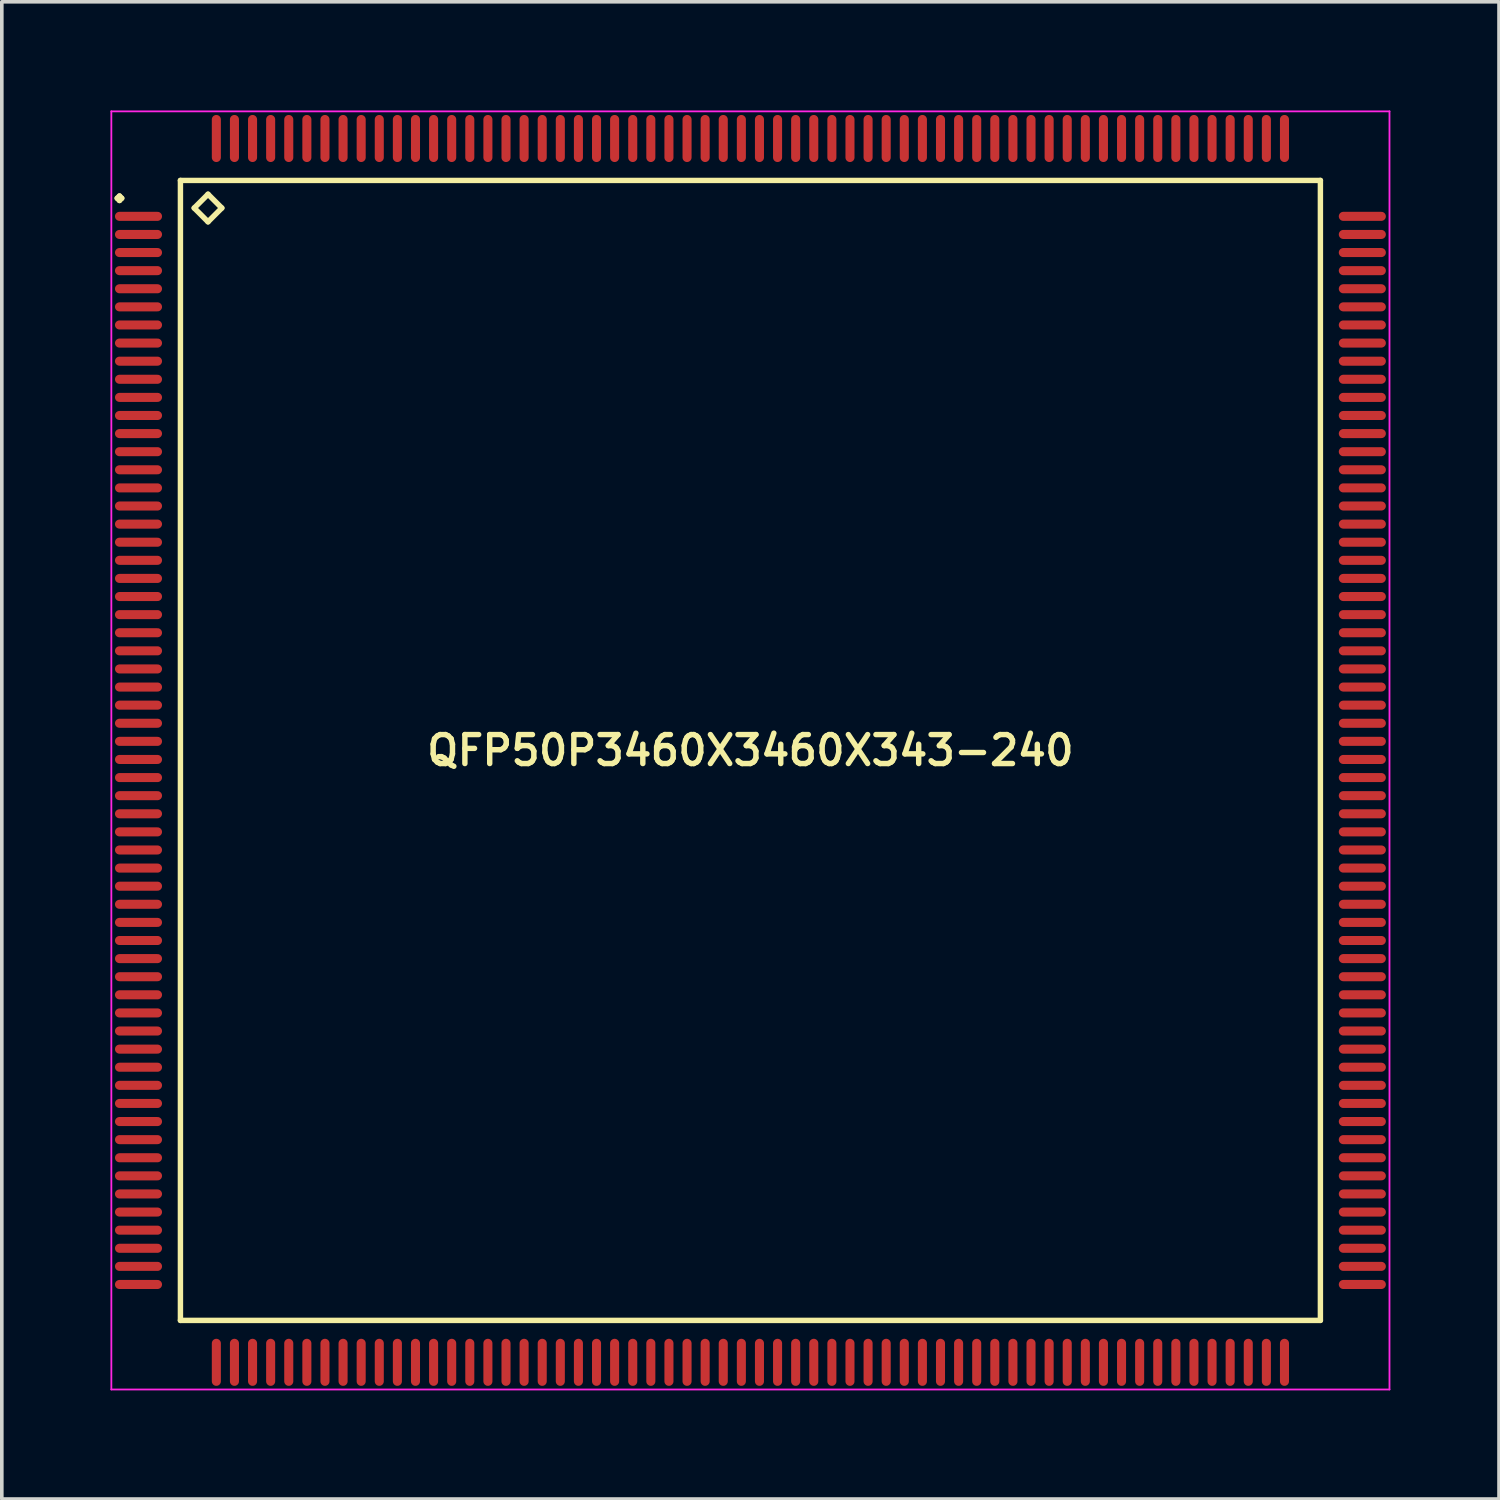
<source format=kicad_pcb>
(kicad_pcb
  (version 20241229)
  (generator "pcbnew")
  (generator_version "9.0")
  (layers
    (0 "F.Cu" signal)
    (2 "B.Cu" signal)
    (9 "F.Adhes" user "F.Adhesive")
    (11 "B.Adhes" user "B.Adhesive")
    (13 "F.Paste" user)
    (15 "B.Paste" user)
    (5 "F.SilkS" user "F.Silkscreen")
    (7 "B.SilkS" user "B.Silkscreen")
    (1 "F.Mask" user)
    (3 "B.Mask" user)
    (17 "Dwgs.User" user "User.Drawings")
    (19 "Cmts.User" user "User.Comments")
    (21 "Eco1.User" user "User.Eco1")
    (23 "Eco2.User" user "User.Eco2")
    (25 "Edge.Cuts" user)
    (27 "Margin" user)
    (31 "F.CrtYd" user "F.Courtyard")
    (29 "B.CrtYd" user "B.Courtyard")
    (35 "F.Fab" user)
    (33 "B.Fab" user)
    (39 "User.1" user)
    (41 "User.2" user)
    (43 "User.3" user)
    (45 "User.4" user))
  (footprint "QFP50P3460X3460X343-240"
    (layer "F.Cu")
    (at 17.675 17.675)
    (property "Reference" "QFP50P3460X3460X343-240" (at 0 0 0) (layer "F.SilkS") (effects (font (size 0.8 0.8) (thickness 0.15))))
    (attr smd)
    (fp_line (start -17.488 -15.25) (end -17.425 -15.312) (stroke (width 0.15) (type solid)) (layer "F.SilkS"))
    (fp_line (start -17.425 -15.312) (end -17.363 -15.25) (stroke (width 0.15) (type solid)) (layer "F.SilkS"))
    (fp_line (start -17.425 -15.188) (end -17.488 -15.25) (stroke (width 0.15) (type solid)) (layer "F.SilkS"))
    (fp_line (start -17.363 -15.25) (end -17.425 -15.188) (stroke (width 0.15) (type solid)) (layer "F.SilkS"))
    (fp_line (start -15.742 -15.742) (end -15.742 15.742) (stroke (width 0.15) (type solid)) (layer "F.SilkS"))
    (fp_line (start -15.742 15.742) (end 15.742 15.742) (stroke (width 0.15) (type solid)) (layer "F.SilkS"))
    (fp_line (start -15.361 -14.98) (end -14.98 -15.361) (stroke (width 0.15) (type solid)) (layer "F.SilkS"))
    (fp_line (start -14.98 -15.361) (end -14.599 -14.98) (stroke (width 0.15) (type solid)) (layer "F.SilkS"))
    (fp_line (start -14.98 -14.599) (end -15.361 -14.98) (stroke (width 0.15) (type solid)) (layer "F.SilkS"))
    (fp_line (start -14.599 -14.98) (end -14.98 -14.599) (stroke (width 0.15) (type solid)) (layer "F.SilkS"))
    (fp_line (start 15.742 -15.742) (end -15.742 -15.742) (stroke (width 0.15) (type solid)) (layer "F.SilkS"))
    (fp_line (start 15.742 15.742) (end 15.742 -15.742) (stroke (width 0.15) (type solid)) (layer "F.SilkS"))
    (fp_line (start -17.65 -17.65) (end 17.65 -17.65) (stroke (width 0.05) (type solid)) (layer "F.CrtYd"))
    (fp_line (start -17.65 17.65) (end -17.65 -17.65) (stroke (width 0.05) (type solid)) (layer "F.CrtYd"))
    (fp_line (start 17.65 -17.65) (end 17.65 17.65) (stroke (width 0.05) (type solid)) (layer "F.CrtYd"))
    (fp_line (start 17.65 17.65) (end -17.65 17.65) (stroke (width 0.05) (type solid)) (layer "F.CrtYd"))
    (pad "1" smd oval (at -16.9 -14.75) (size 1.3 0.25) (layers "F.Cu" "F.Mask" "F.Paste"))
    (pad "2" smd oval (at -16.9 -14.25) (size 1.3 0.25) (layers "F.Cu" "F.Mask" "F.Paste"))
    (pad "3" smd oval (at -16.9 -13.75) (size 1.3 0.25) (layers "F.Cu" "F.Mask" "F.Paste"))
    (pad "4" smd oval (at -16.9 -13.25) (size 1.3 0.25) (layers "F.Cu" "F.Mask" "F.Paste"))
    (pad "5" smd oval (at -16.9 -12.75) (size 1.3 0.25) (layers "F.Cu" "F.Mask" "F.Paste"))
    (pad "6" smd oval (at -16.9 -12.25) (size 1.3 0.25) (layers "F.Cu" "F.Mask" "F.Paste"))
    (pad "7" smd oval (at -16.9 -11.75) (size 1.3 0.25) (layers "F.Cu" "F.Mask" "F.Paste"))
    (pad "8" smd oval (at -16.9 -11.25) (size 1.3 0.25) (layers "F.Cu" "F.Mask" "F.Paste"))
    (pad "9" smd oval (at -16.9 -10.75) (size 1.3 0.25) (layers "F.Cu" "F.Mask" "F.Paste"))
    (pad "10" smd oval (at -16.9 -10.25) (size 1.3 0.25) (layers "F.Cu" "F.Mask" "F.Paste"))
    (pad "11" smd oval (at -16.9 -9.75) (size 1.3 0.25) (layers "F.Cu" "F.Mask" "F.Paste"))
    (pad "12" smd oval (at -16.9 -9.25) (size 1.3 0.25) (layers "F.Cu" "F.Mask" "F.Paste"))
    (pad "13" smd oval (at -16.9 -8.75) (size 1.3 0.25) (layers "F.Cu" "F.Mask" "F.Paste"))
    (pad "14" smd oval (at -16.9 -8.25) (size 1.3 0.25) (layers "F.Cu" "F.Mask" "F.Paste"))
    (pad "15" smd oval (at -16.9 -7.75) (size 1.3 0.25) (layers "F.Cu" "F.Mask" "F.Paste"))
    (pad "16" smd oval (at -16.9 -7.25) (size 1.3 0.25) (layers "F.Cu" "F.Mask" "F.Paste"))
    (pad "17" smd oval (at -16.9 -6.75) (size 1.3 0.25) (layers "F.Cu" "F.Mask" "F.Paste"))
    (pad "18" smd oval (at -16.9 -6.25) (size 1.3 0.25) (layers "F.Cu" "F.Mask" "F.Paste"))
    (pad "19" smd oval (at -16.9 -5.75) (size 1.3 0.25) (layers "F.Cu" "F.Mask" "F.Paste"))
    (pad "20" smd oval (at -16.9 -5.25) (size 1.3 0.25) (layers "F.Cu" "F.Mask" "F.Paste"))
    (pad "21" smd oval (at -16.9 -4.75) (size 1.3 0.25) (layers "F.Cu" "F.Mask" "F.Paste"))
    (pad "22" smd oval (at -16.9 -4.25) (size 1.3 0.25) (layers "F.Cu" "F.Mask" "F.Paste"))
    (pad "23" smd oval (at -16.9 -3.75) (size 1.3 0.25) (layers "F.Cu" "F.Mask" "F.Paste"))
    (pad "24" smd oval (at -16.9 -3.25) (size 1.3 0.25) (layers "F.Cu" "F.Mask" "F.Paste"))
    (pad "25" smd oval (at -16.9 -2.75) (size 1.3 0.25) (layers "F.Cu" "F.Mask" "F.Paste"))
    (pad "26" smd oval (at -16.9 -2.25) (size 1.3 0.25) (layers "F.Cu" "F.Mask" "F.Paste"))
    (pad "27" smd oval (at -16.9 -1.75) (size 1.3 0.25) (layers "F.Cu" "F.Mask" "F.Paste"))
    (pad "28" smd oval (at -16.9 -1.25) (size 1.3 0.25) (layers "F.Cu" "F.Mask" "F.Paste"))
    (pad "29" smd oval (at -16.9 -0.75) (size 1.3 0.25) (layers "F.Cu" "F.Mask" "F.Paste"))
    (pad "30" smd oval (at -16.9 -0.25) (size 1.3 0.25) (layers "F.Cu" "F.Mask" "F.Paste"))
    (pad "31" smd oval (at -16.9 0.25) (size 1.3 0.25) (layers "F.Cu" "F.Mask" "F.Paste"))
    (pad "32" smd oval (at -16.9 0.75) (size 1.3 0.25) (layers "F.Cu" "F.Mask" "F.Paste"))
    (pad "33" smd oval (at -16.9 1.25) (size 1.3 0.25) (layers "F.Cu" "F.Mask" "F.Paste"))
    (pad "34" smd oval (at -16.9 1.75) (size 1.3 0.25) (layers "F.Cu" "F.Mask" "F.Paste"))
    (pad "35" smd oval (at -16.9 2.25) (size 1.3 0.25) (layers "F.Cu" "F.Mask" "F.Paste"))
    (pad "36" smd oval (at -16.9 2.75) (size 1.3 0.25) (layers "F.Cu" "F.Mask" "F.Paste"))
    (pad "37" smd oval (at -16.9 3.25) (size 1.3 0.25) (layers "F.Cu" "F.Mask" "F.Paste"))
    (pad "38" smd oval (at -16.9 3.75) (size 1.3 0.25) (layers "F.Cu" "F.Mask" "F.Paste"))
    (pad "39" smd oval (at -16.9 4.25) (size 1.3 0.25) (layers "F.Cu" "F.Mask" "F.Paste"))
    (pad "40" smd oval (at -16.9 4.75) (size 1.3 0.25) (layers "F.Cu" "F.Mask" "F.Paste"))
    (pad "41" smd oval (at -16.9 5.25) (size 1.3 0.25) (layers "F.Cu" "F.Mask" "F.Paste"))
    (pad "42" smd oval (at -16.9 5.75) (size 1.3 0.25) (layers "F.Cu" "F.Mask" "F.Paste"))
    (pad "43" smd oval (at -16.9 6.25) (size 1.3 0.25) (layers "F.Cu" "F.Mask" "F.Paste"))
    (pad "44" smd oval (at -16.9 6.75) (size 1.3 0.25) (layers "F.Cu" "F.Mask" "F.Paste"))
    (pad "45" smd oval (at -16.9 7.25) (size 1.3 0.25) (layers "F.Cu" "F.Mask" "F.Paste"))
    (pad "46" smd oval (at -16.9 7.75) (size 1.3 0.25) (layers "F.Cu" "F.Mask" "F.Paste"))
    (pad "47" smd oval (at -16.9 8.25) (size 1.3 0.25) (layers "F.Cu" "F.Mask" "F.Paste"))
    (pad "48" smd oval (at -16.9 8.75) (size 1.3 0.25) (layers "F.Cu" "F.Mask" "F.Paste"))
    (pad "49" smd oval (at -16.9 9.25) (size 1.3 0.25) (layers "F.Cu" "F.Mask" "F.Paste"))
    (pad "50" smd oval (at -16.9 9.75) (size 1.3 0.25) (layers "F.Cu" "F.Mask" "F.Paste"))
    (pad "51" smd oval (at -16.9 10.25) (size 1.3 0.25) (layers "F.Cu" "F.Mask" "F.Paste"))
    (pad "52" smd oval (at -16.9 10.75) (size 1.3 0.25) (layers "F.Cu" "F.Mask" "F.Paste"))
    (pad "53" smd oval (at -16.9 11.25) (size 1.3 0.25) (layers "F.Cu" "F.Mask" "F.Paste"))
    (pad "54" smd oval (at -16.9 11.75) (size 1.3 0.25) (layers "F.Cu" "F.Mask" "F.Paste"))
    (pad "55" smd oval (at -16.9 12.25) (size 1.3 0.25) (layers "F.Cu" "F.Mask" "F.Paste"))
    (pad "56" smd oval (at -16.9 12.75) (size 1.3 0.25) (layers "F.Cu" "F.Mask" "F.Paste"))
    (pad "57" smd oval (at -16.9 13.25) (size 1.3 0.25) (layers "F.Cu" "F.Mask" "F.Paste"))
    (pad "58" smd oval (at -16.9 13.75) (size 1.3 0.25) (layers "F.Cu" "F.Mask" "F.Paste"))
    (pad "59" smd oval (at -16.9 14.25) (size 1.3 0.25) (layers "F.Cu" "F.Mask" "F.Paste"))
    (pad "60" smd oval (at -16.9 14.75) (size 1.3 0.25) (layers "F.Cu" "F.Mask" "F.Paste"))
    (pad "61" smd oval (at -14.75 16.9) (size 0.25 1.3) (layers "F.Cu" "F.Mask" "F.Paste"))
    (pad "62" smd oval (at -14.25 16.9) (size 0.25 1.3) (layers "F.Cu" "F.Mask" "F.Paste"))
    (pad "63" smd oval (at -13.75 16.9) (size 0.25 1.3) (layers "F.Cu" "F.Mask" "F.Paste"))
    (pad "64" smd oval (at -13.25 16.9) (size 0.25 1.3) (layers "F.Cu" "F.Mask" "F.Paste"))
    (pad "65" smd oval (at -12.75 16.9) (size 0.25 1.3) (layers "F.Cu" "F.Mask" "F.Paste"))
    (pad "66" smd oval (at -12.25 16.9) (size 0.25 1.3) (layers "F.Cu" "F.Mask" "F.Paste"))
    (pad "67" smd oval (at -11.75 16.9) (size 0.25 1.3) (layers "F.Cu" "F.Mask" "F.Paste"))
    (pad "68" smd oval (at -11.25 16.9) (size 0.25 1.3) (layers "F.Cu" "F.Mask" "F.Paste"))
    (pad "69" smd oval (at -10.75 16.9) (size 0.25 1.3) (layers "F.Cu" "F.Mask" "F.Paste"))
    (pad "70" smd oval (at -10.25 16.9) (size 0.25 1.3) (layers "F.Cu" "F.Mask" "F.Paste"))
    (pad "71" smd oval (at -9.75 16.9) (size 0.25 1.3) (layers "F.Cu" "F.Mask" "F.Paste"))
    (pad "72" smd oval (at -9.25 16.9) (size 0.25 1.3) (layers "F.Cu" "F.Mask" "F.Paste"))
    (pad "73" smd oval (at -8.75 16.9) (size 0.25 1.3) (layers "F.Cu" "F.Mask" "F.Paste"))
    (pad "74" smd oval (at -8.25 16.9) (size 0.25 1.3) (layers "F.Cu" "F.Mask" "F.Paste"))
    (pad "75" smd oval (at -7.75 16.9) (size 0.25 1.3) (layers "F.Cu" "F.Mask" "F.Paste"))
    (pad "76" smd oval (at -7.25 16.9) (size 0.25 1.3) (layers "F.Cu" "F.Mask" "F.Paste"))
    (pad "77" smd oval (at -6.75 16.9) (size 0.25 1.3) (layers "F.Cu" "F.Mask" "F.Paste"))
    (pad "78" smd oval (at -6.25 16.9) (size 0.25 1.3) (layers "F.Cu" "F.Mask" "F.Paste"))
    (pad "79" smd oval (at -5.75 16.9) (size 0.25 1.3) (layers "F.Cu" "F.Mask" "F.Paste"))
    (pad "80" smd oval (at -5.25 16.9) (size 0.25 1.3) (layers "F.Cu" "F.Mask" "F.Paste"))
    (pad "81" smd oval (at -4.75 16.9) (size 0.25 1.3) (layers "F.Cu" "F.Mask" "F.Paste"))
    (pad "82" smd oval (at -4.25 16.9) (size 0.25 1.3) (layers "F.Cu" "F.Mask" "F.Paste"))
    (pad "83" smd oval (at -3.75 16.9) (size 0.25 1.3) (layers "F.Cu" "F.Mask" "F.Paste"))
    (pad "84" smd oval (at -3.25 16.9) (size 0.25 1.3) (layers "F.Cu" "F.Mask" "F.Paste"))
    (pad "85" smd oval (at -2.75 16.9) (size 0.25 1.3) (layers "F.Cu" "F.Mask" "F.Paste"))
    (pad "86" smd oval (at -2.25 16.9) (size 0.25 1.3) (layers "F.Cu" "F.Mask" "F.Paste"))
    (pad "87" smd oval (at -1.75 16.9) (size 0.25 1.3) (layers "F.Cu" "F.Mask" "F.Paste"))
    (pad "88" smd oval (at -1.25 16.9) (size 0.25 1.3) (layers "F.Cu" "F.Mask" "F.Paste"))
    (pad "89" smd oval (at -0.75 16.9) (size 0.25 1.3) (layers "F.Cu" "F.Mask" "F.Paste"))
    (pad "90" smd oval (at -0.25 16.9) (size 0.25 1.3) (layers "F.Cu" "F.Mask" "F.Paste"))
    (pad "91" smd oval (at 0.25 16.9) (size 0.25 1.3) (layers "F.Cu" "F.Mask" "F.Paste"))
    (pad "92" smd oval (at 0.75 16.9) (size 0.25 1.3) (layers "F.Cu" "F.Mask" "F.Paste"))
    (pad "93" smd oval (at 1.25 16.9) (size 0.25 1.3) (layers "F.Cu" "F.Mask" "F.Paste"))
    (pad "94" smd oval (at 1.75 16.9) (size 0.25 1.3) (layers "F.Cu" "F.Mask" "F.Paste"))
    (pad "95" smd oval (at 2.25 16.9) (size 0.25 1.3) (layers "F.Cu" "F.Mask" "F.Paste"))
    (pad "96" smd oval (at 2.75 16.9) (size 0.25 1.3) (layers "F.Cu" "F.Mask" "F.Paste"))
    (pad "97" smd oval (at 3.25 16.9) (size 0.25 1.3) (layers "F.Cu" "F.Mask" "F.Paste"))
    (pad "98" smd oval (at 3.75 16.9) (size 0.25 1.3) (layers "F.Cu" "F.Mask" "F.Paste"))
    (pad "99" smd oval (at 4.25 16.9) (size 0.25 1.3) (layers "F.Cu" "F.Mask" "F.Paste"))
    (pad "100" smd oval (at 4.75 16.9) (size 0.25 1.3) (layers "F.Cu" "F.Mask" "F.Paste"))
    (pad "101" smd oval (at 5.25 16.9) (size 0.25 1.3) (layers "F.Cu" "F.Mask" "F.Paste"))
    (pad "102" smd oval (at 5.75 16.9) (size 0.25 1.3) (layers "F.Cu" "F.Mask" "F.Paste"))
    (pad "103" smd oval (at 6.25 16.9) (size 0.25 1.3) (layers "F.Cu" "F.Mask" "F.Paste"))
    (pad "104" smd oval (at 6.75 16.9) (size 0.25 1.3) (layers "F.Cu" "F.Mask" "F.Paste"))
    (pad "105" smd oval (at 7.25 16.9) (size 0.25 1.3) (layers "F.Cu" "F.Mask" "F.Paste"))
    (pad "106" smd oval (at 7.75 16.9) (size 0.25 1.3) (layers "F.Cu" "F.Mask" "F.Paste"))
    (pad "107" smd oval (at 8.25 16.9) (size 0.25 1.3) (layers "F.Cu" "F.Mask" "F.Paste"))
    (pad "108" smd oval (at 8.75 16.9) (size 0.25 1.3) (layers "F.Cu" "F.Mask" "F.Paste"))
    (pad "109" smd oval (at 9.25 16.9) (size 0.25 1.3) (layers "F.Cu" "F.Mask" "F.Paste"))
    (pad "110" smd oval (at 9.75 16.9) (size 0.25 1.3) (layers "F.Cu" "F.Mask" "F.Paste"))
    (pad "111" smd oval (at 10.25 16.9) (size 0.25 1.3) (layers "F.Cu" "F.Mask" "F.Paste"))
    (pad "112" smd oval (at 10.75 16.9) (size 0.25 1.3) (layers "F.Cu" "F.Mask" "F.Paste"))
    (pad "113" smd oval (at 11.25 16.9) (size 0.25 1.3) (layers "F.Cu" "F.Mask" "F.Paste"))
    (pad "114" smd oval (at 11.75 16.9) (size 0.25 1.3) (layers "F.Cu" "F.Mask" "F.Paste"))
    (pad "115" smd oval (at 12.25 16.9) (size 0.25 1.3) (layers "F.Cu" "F.Mask" "F.Paste"))
    (pad "116" smd oval (at 12.75 16.9) (size 0.25 1.3) (layers "F.Cu" "F.Mask" "F.Paste"))
    (pad "117" smd oval (at 13.25 16.9) (size 0.25 1.3) (layers "F.Cu" "F.Mask" "F.Paste"))
    (pad "118" smd oval (at 13.75 16.9) (size 0.25 1.3) (layers "F.Cu" "F.Mask" "F.Paste"))
    (pad "119" smd oval (at 14.25 16.9) (size 0.25 1.3) (layers "F.Cu" "F.Mask" "F.Paste"))
    (pad "120" smd oval (at 14.75 16.9) (size 0.25 1.3) (layers "F.Cu" "F.Mask" "F.Paste"))
    (pad "121" smd oval (at 16.9 14.75) (size 1.3 0.25) (layers "F.Cu" "F.Mask" "F.Paste"))
    (pad "122" smd oval (at 16.9 14.25) (size 1.3 0.25) (layers "F.Cu" "F.Mask" "F.Paste"))
    (pad "123" smd oval (at 16.9 13.75) (size 1.3 0.25) (layers "F.Cu" "F.Mask" "F.Paste"))
    (pad "124" smd oval (at 16.9 13.25) (size 1.3 0.25) (layers "F.Cu" "F.Mask" "F.Paste"))
    (pad "125" smd oval (at 16.9 12.75) (size 1.3 0.25) (layers "F.Cu" "F.Mask" "F.Paste"))
    (pad "126" smd oval (at 16.9 12.25) (size 1.3 0.25) (layers "F.Cu" "F.Mask" "F.Paste"))
    (pad "127" smd oval (at 16.9 11.75) (size 1.3 0.25) (layers "F.Cu" "F.Mask" "F.Paste"))
    (pad "128" smd oval (at 16.9 11.25) (size 1.3 0.25) (layers "F.Cu" "F.Mask" "F.Paste"))
    (pad "129" smd oval (at 16.9 10.75) (size 1.3 0.25) (layers "F.Cu" "F.Mask" "F.Paste"))
    (pad "130" smd oval (at 16.9 10.25) (size 1.3 0.25) (layers "F.Cu" "F.Mask" "F.Paste"))
    (pad "131" smd oval (at 16.9 9.75) (size 1.3 0.25) (layers "F.Cu" "F.Mask" "F.Paste"))
    (pad "132" smd oval (at 16.9 9.25) (size 1.3 0.25) (layers "F.Cu" "F.Mask" "F.Paste"))
    (pad "133" smd oval (at 16.9 8.75) (size 1.3 0.25) (layers "F.Cu" "F.Mask" "F.Paste"))
    (pad "134" smd oval (at 16.9 8.25) (size 1.3 0.25) (layers "F.Cu" "F.Mask" "F.Paste"))
    (pad "135" smd oval (at 16.9 7.75) (size 1.3 0.25) (layers "F.Cu" "F.Mask" "F.Paste"))
    (pad "136" smd oval (at 16.9 7.25) (size 1.3 0.25) (layers "F.Cu" "F.Mask" "F.Paste"))
    (pad "137" smd oval (at 16.9 6.75) (size 1.3 0.25) (layers "F.Cu" "F.Mask" "F.Paste"))
    (pad "138" smd oval (at 16.9 6.25) (size 1.3 0.25) (layers "F.Cu" "F.Mask" "F.Paste"))
    (pad "139" smd oval (at 16.9 5.75) (size 1.3 0.25) (layers "F.Cu" "F.Mask" "F.Paste"))
    (pad "140" smd oval (at 16.9 5.25) (size 1.3 0.25) (layers "F.Cu" "F.Mask" "F.Paste"))
    (pad "141" smd oval (at 16.9 4.75) (size 1.3 0.25) (layers "F.Cu" "F.Mask" "F.Paste"))
    (pad "142" smd oval (at 16.9 4.25) (size 1.3 0.25) (layers "F.Cu" "F.Mask" "F.Paste"))
    (pad "143" smd oval (at 16.9 3.75) (size 1.3 0.25) (layers "F.Cu" "F.Mask" "F.Paste"))
    (pad "144" smd oval (at 16.9 3.25) (size 1.3 0.25) (layers "F.Cu" "F.Mask" "F.Paste"))
    (pad "145" smd oval (at 16.9 2.75) (size 1.3 0.25) (layers "F.Cu" "F.Mask" "F.Paste"))
    (pad "146" smd oval (at 16.9 2.25) (size 1.3 0.25) (layers "F.Cu" "F.Mask" "F.Paste"))
    (pad "147" smd oval (at 16.9 1.75) (size 1.3 0.25) (layers "F.Cu" "F.Mask" "F.Paste"))
    (pad "148" smd oval (at 16.9 1.25) (size 1.3 0.25) (layers "F.Cu" "F.Mask" "F.Paste"))
    (pad "149" smd oval (at 16.9 0.75) (size 1.3 0.25) (layers "F.Cu" "F.Mask" "F.Paste"))
    (pad "150" smd oval (at 16.9 0.25) (size 1.3 0.25) (layers "F.Cu" "F.Mask" "F.Paste"))
    (pad "151" smd oval (at 16.9 -0.25) (size 1.3 0.25) (layers "F.Cu" "F.Mask" "F.Paste"))
    (pad "152" smd oval (at 16.9 -0.75) (size 1.3 0.25) (layers "F.Cu" "F.Mask" "F.Paste"))
    (pad "153" smd oval (at 16.9 -1.25) (size 1.3 0.25) (layers "F.Cu" "F.Mask" "F.Paste"))
    (pad "154" smd oval (at 16.9 -1.75) (size 1.3 0.25) (layers "F.Cu" "F.Mask" "F.Paste"))
    (pad "155" smd oval (at 16.9 -2.25) (size 1.3 0.25) (layers "F.Cu" "F.Mask" "F.Paste"))
    (pad "156" smd oval (at 16.9 -2.75) (size 1.3 0.25) (layers "F.Cu" "F.Mask" "F.Paste"))
    (pad "157" smd oval (at 16.9 -3.25) (size 1.3 0.25) (layers "F.Cu" "F.Mask" "F.Paste"))
    (pad "158" smd oval (at 16.9 -3.75) (size 1.3 0.25) (layers "F.Cu" "F.Mask" "F.Paste"))
    (pad "159" smd oval (at 16.9 -4.25) (size 1.3 0.25) (layers "F.Cu" "F.Mask" "F.Paste"))
    (pad "160" smd oval (at 16.9 -4.75) (size 1.3 0.25) (layers "F.Cu" "F.Mask" "F.Paste"))
    (pad "161" smd oval (at 16.9 -5.25) (size 1.3 0.25) (layers "F.Cu" "F.Mask" "F.Paste"))
    (pad "162" smd oval (at 16.9 -5.75) (size 1.3 0.25) (layers "F.Cu" "F.Mask" "F.Paste"))
    (pad "163" smd oval (at 16.9 -6.25) (size 1.3 0.25) (layers "F.Cu" "F.Mask" "F.Paste"))
    (pad "164" smd oval (at 16.9 -6.75) (size 1.3 0.25) (layers "F.Cu" "F.Mask" "F.Paste"))
    (pad "165" smd oval (at 16.9 -7.25) (size 1.3 0.25) (layers "F.Cu" "F.Mask" "F.Paste"))
    (pad "166" smd oval (at 16.9 -7.75) (size 1.3 0.25) (layers "F.Cu" "F.Mask" "F.Paste"))
    (pad "167" smd oval (at 16.9 -8.25) (size 1.3 0.25) (layers "F.Cu" "F.Mask" "F.Paste"))
    (pad "168" smd oval (at 16.9 -8.75) (size 1.3 0.25) (layers "F.Cu" "F.Mask" "F.Paste"))
    (pad "169" smd oval (at 16.9 -9.25) (size 1.3 0.25) (layers "F.Cu" "F.Mask" "F.Paste"))
    (pad "170" smd oval (at 16.9 -9.75) (size 1.3 0.25) (layers "F.Cu" "F.Mask" "F.Paste"))
    (pad "171" smd oval (at 16.9 -10.25) (size 1.3 0.25) (layers "F.Cu" "F.Mask" "F.Paste"))
    (pad "172" smd oval (at 16.9 -10.75) (size 1.3 0.25) (layers "F.Cu" "F.Mask" "F.Paste"))
    (pad "173" smd oval (at 16.9 -11.25) (size 1.3 0.25) (layers "F.Cu" "F.Mask" "F.Paste"))
    (pad "174" smd oval (at 16.9 -11.75) (size 1.3 0.25) (layers "F.Cu" "F.Mask" "F.Paste"))
    (pad "175" smd oval (at 16.9 -12.25) (size 1.3 0.25) (layers "F.Cu" "F.Mask" "F.Paste"))
    (pad "176" smd oval (at 16.9 -12.75) (size 1.3 0.25) (layers "F.Cu" "F.Mask" "F.Paste"))
    (pad "177" smd oval (at 16.9 -13.25) (size 1.3 0.25) (layers "F.Cu" "F.Mask" "F.Paste"))
    (pad "178" smd oval (at 16.9 -13.75) (size 1.3 0.25) (layers "F.Cu" "F.Mask" "F.Paste"))
    (pad "179" smd oval (at 16.9 -14.25) (size 1.3 0.25) (layers "F.Cu" "F.Mask" "F.Paste"))
    (pad "180" smd oval (at 16.9 -14.75) (size 1.3 0.25) (layers "F.Cu" "F.Mask" "F.Paste"))
    (pad "181" smd oval (at 14.75 -16.9) (size 0.25 1.3) (layers "F.Cu" "F.Mask" "F.Paste"))
    (pad "182" smd oval (at 14.25 -16.9) (size 0.25 1.3) (layers "F.Cu" "F.Mask" "F.Paste"))
    (pad "183" smd oval (at 13.75 -16.9) (size 0.25 1.3) (layers "F.Cu" "F.Mask" "F.Paste"))
    (pad "184" smd oval (at 13.25 -16.9) (size 0.25 1.3) (layers "F.Cu" "F.Mask" "F.Paste"))
    (pad "185" smd oval (at 12.75 -16.9) (size 0.25 1.3) (layers "F.Cu" "F.Mask" "F.Paste"))
    (pad "186" smd oval (at 12.25 -16.9) (size 0.25 1.3) (layers "F.Cu" "F.Mask" "F.Paste"))
    (pad "187" smd oval (at 11.75 -16.9) (size 0.25 1.3) (layers "F.Cu" "F.Mask" "F.Paste"))
    (pad "188" smd oval (at 11.25 -16.9) (size 0.25 1.3) (layers "F.Cu" "F.Mask" "F.Paste"))
    (pad "189" smd oval (at 10.75 -16.9) (size 0.25 1.3) (layers "F.Cu" "F.Mask" "F.Paste"))
    (pad "190" smd oval (at 10.25 -16.9) (size 0.25 1.3) (layers "F.Cu" "F.Mask" "F.Paste"))
    (pad "191" smd oval (at 9.75 -16.9) (size 0.25 1.3) (layers "F.Cu" "F.Mask" "F.Paste"))
    (pad "192" smd oval (at 9.25 -16.9) (size 0.25 1.3) (layers "F.Cu" "F.Mask" "F.Paste"))
    (pad "193" smd oval (at 8.75 -16.9) (size 0.25 1.3) (layers "F.Cu" "F.Mask" "F.Paste"))
    (pad "194" smd oval (at 8.25 -16.9) (size 0.25 1.3) (layers "F.Cu" "F.Mask" "F.Paste"))
    (pad "195" smd oval (at 7.75 -16.9) (size 0.25 1.3) (layers "F.Cu" "F.Mask" "F.Paste"))
    (pad "196" smd oval (at 7.25 -16.9) (size 0.25 1.3) (layers "F.Cu" "F.Mask" "F.Paste"))
    (pad "197" smd oval (at 6.75 -16.9) (size 0.25 1.3) (layers "F.Cu" "F.Mask" "F.Paste"))
    (pad "198" smd oval (at 6.25 -16.9) (size 0.25 1.3) (layers "F.Cu" "F.Mask" "F.Paste"))
    (pad "199" smd oval (at 5.75 -16.9) (size 0.25 1.3) (layers "F.Cu" "F.Mask" "F.Paste"))
    (pad "200" smd oval (at 5.25 -16.9) (size 0.25 1.3) (layers "F.Cu" "F.Mask" "F.Paste"))
    (pad "201" smd oval (at 4.75 -16.9) (size 0.25 1.3) (layers "F.Cu" "F.Mask" "F.Paste"))
    (pad "202" smd oval (at 4.25 -16.9) (size 0.25 1.3) (layers "F.Cu" "F.Mask" "F.Paste"))
    (pad "203" smd oval (at 3.75 -16.9) (size 0.25 1.3) (layers "F.Cu" "F.Mask" "F.Paste"))
    (pad "204" smd oval (at 3.25 -16.9) (size 0.25 1.3) (layers "F.Cu" "F.Mask" "F.Paste"))
    (pad "205" smd oval (at 2.75 -16.9) (size 0.25 1.3) (layers "F.Cu" "F.Mask" "F.Paste"))
    (pad "206" smd oval (at 2.25 -16.9) (size 0.25 1.3) (layers "F.Cu" "F.Mask" "F.Paste"))
    (pad "207" smd oval (at 1.75 -16.9) (size 0.25 1.3) (layers "F.Cu" "F.Mask" "F.Paste"))
    (pad "208" smd oval (at 1.25 -16.9) (size 0.25 1.3) (layers "F.Cu" "F.Mask" "F.Paste"))
    (pad "209" smd oval (at 0.75 -16.9) (size 0.25 1.3) (layers "F.Cu" "F.Mask" "F.Paste"))
    (pad "210" smd oval (at 0.25 -16.9) (size 0.25 1.3) (layers "F.Cu" "F.Mask" "F.Paste"))
    (pad "211" smd oval (at -0.25 -16.9) (size 0.25 1.3) (layers "F.Cu" "F.Mask" "F.Paste"))
    (pad "212" smd oval (at -0.75 -16.9) (size 0.25 1.3) (layers "F.Cu" "F.Mask" "F.Paste"))
    (pad "213" smd oval (at -1.25 -16.9) (size 0.25 1.3) (layers "F.Cu" "F.Mask" "F.Paste"))
    (pad "214" smd oval (at -1.75 -16.9) (size 0.25 1.3) (layers "F.Cu" "F.Mask" "F.Paste"))
    (pad "215" smd oval (at -2.25 -16.9) (size 0.25 1.3) (layers "F.Cu" "F.Mask" "F.Paste"))
    (pad "216" smd oval (at -2.75 -16.9) (size 0.25 1.3) (layers "F.Cu" "F.Mask" "F.Paste"))
    (pad "217" smd oval (at -3.25 -16.9) (size 0.25 1.3) (layers "F.Cu" "F.Mask" "F.Paste"))
    (pad "218" smd oval (at -3.75 -16.9) (size 0.25 1.3) (layers "F.Cu" "F.Mask" "F.Paste"))
    (pad "219" smd oval (at -4.25 -16.9) (size 0.25 1.3) (layers "F.Cu" "F.Mask" "F.Paste"))
    (pad "220" smd oval (at -4.75 -16.9) (size 0.25 1.3) (layers "F.Cu" "F.Mask" "F.Paste"))
    (pad "221" smd oval (at -5.25 -16.9) (size 0.25 1.3) (layers "F.Cu" "F.Mask" "F.Paste"))
    (pad "222" smd oval (at -5.75 -16.9) (size 0.25 1.3) (layers "F.Cu" "F.Mask" "F.Paste"))
    (pad "223" smd oval (at -6.25 -16.9) (size 0.25 1.3) (layers "F.Cu" "F.Mask" "F.Paste"))
    (pad "224" smd oval (at -6.75 -16.9) (size 0.25 1.3) (layers "F.Cu" "F.Mask" "F.Paste"))
    (pad "225" smd oval (at -7.25 -16.9) (size 0.25 1.3) (layers "F.Cu" "F.Mask" "F.Paste"))
    (pad "226" smd oval (at -7.75 -16.9) (size 0.25 1.3) (layers "F.Cu" "F.Mask" "F.Paste"))
    (pad "227" smd oval (at -8.25 -16.9) (size 0.25 1.3) (layers "F.Cu" "F.Mask" "F.Paste"))
    (pad "228" smd oval (at -8.75 -16.9) (size 0.25 1.3) (layers "F.Cu" "F.Mask" "F.Paste"))
    (pad "229" smd oval (at -9.25 -16.9) (size 0.25 1.3) (layers "F.Cu" "F.Mask" "F.Paste"))
    (pad "230" smd oval (at -9.75 -16.9) (size 0.25 1.3) (layers "F.Cu" "F.Mask" "F.Paste"))
    (pad "231" smd oval (at -10.25 -16.9) (size 0.25 1.3) (layers "F.Cu" "F.Mask" "F.Paste"))
    (pad "232" smd oval (at -10.75 -16.9) (size 0.25 1.3) (layers "F.Cu" "F.Mask" "F.Paste"))
    (pad "233" smd oval (at -11.25 -16.9) (size 0.25 1.3) (layers "F.Cu" "F.Mask" "F.Paste"))
    (pad "234" smd oval (at -11.75 -16.9) (size 0.25 1.3) (layers "F.Cu" "F.Mask" "F.Paste"))
    (pad "235" smd oval (at -12.25 -16.9) (size 0.25 1.3) (layers "F.Cu" "F.Mask" "F.Paste"))
    (pad "236" smd oval (at -12.75 -16.9) (size 0.25 1.3) (layers "F.Cu" "F.Mask" "F.Paste"))
    (pad "237" smd oval (at -13.25 -16.9) (size 0.25 1.3) (layers "F.Cu" "F.Mask" "F.Paste"))
    (pad "238" smd oval (at -13.75 -16.9) (size 0.25 1.3) (layers "F.Cu" "F.Mask" "F.Paste"))
    (pad "239" smd oval (at -14.25 -16.9) (size 0.25 1.3) (layers "F.Cu" "F.Mask" "F.Paste"))
    (pad "240" smd oval (at -14.75 -16.9) (size 0.25 1.3) (layers "F.Cu" "F.Mask" "F.Paste")))
  (gr_rect
    (start -3 -3)
    (end 38.35 38.35)
    (stroke (width 0.1) (type default))
    (fill no)
    (layer "Edge.Cuts")))
</source>
